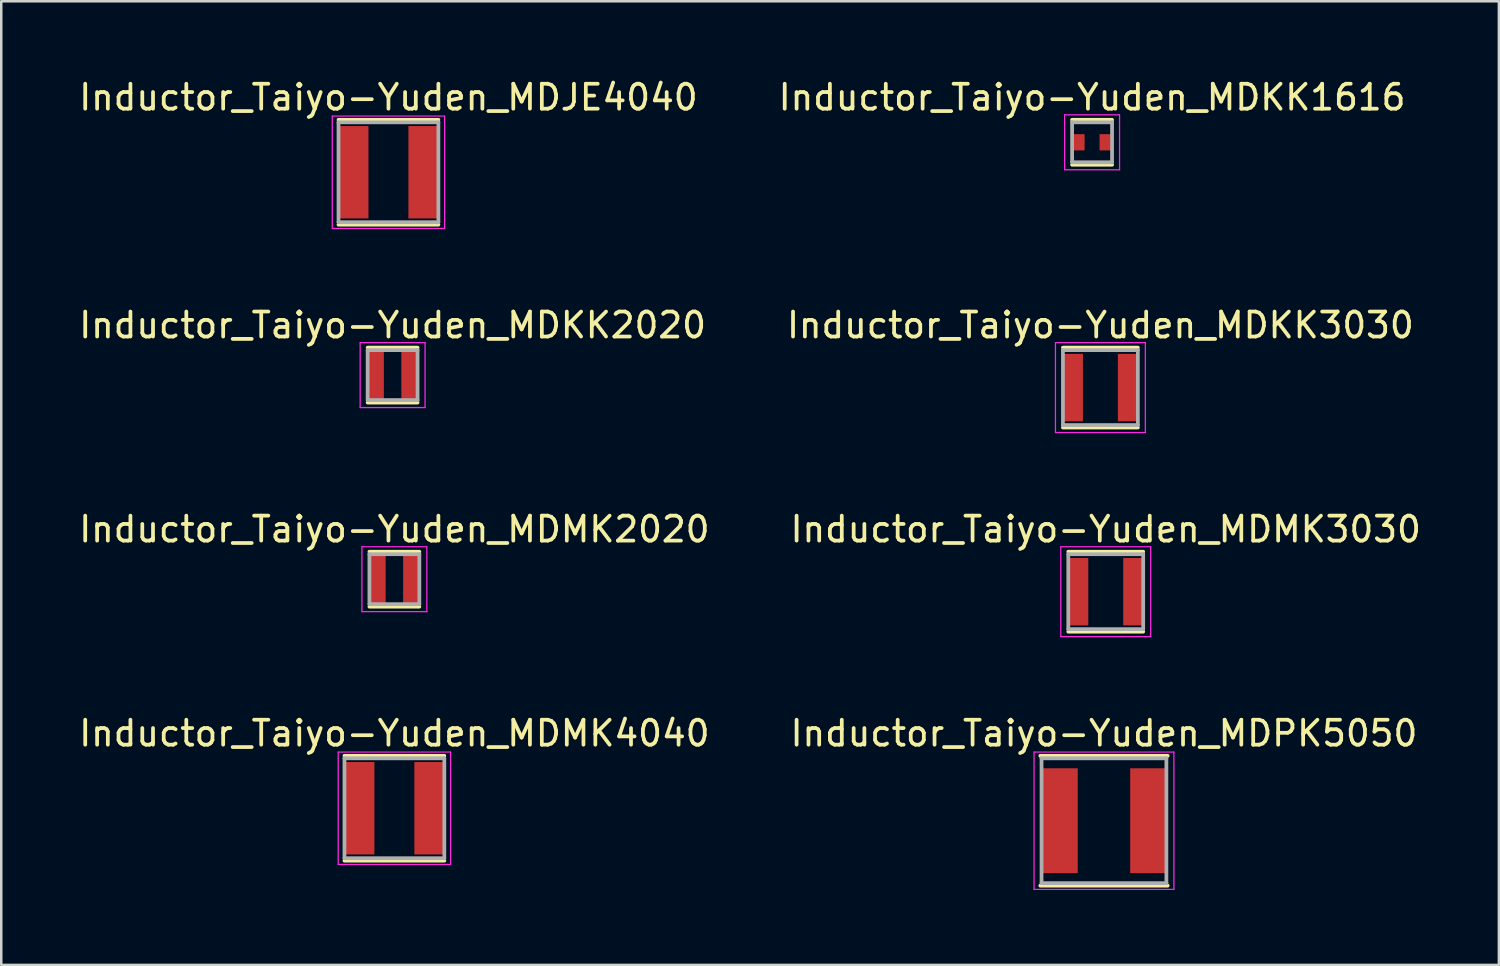
<source format=kicad_pcb>
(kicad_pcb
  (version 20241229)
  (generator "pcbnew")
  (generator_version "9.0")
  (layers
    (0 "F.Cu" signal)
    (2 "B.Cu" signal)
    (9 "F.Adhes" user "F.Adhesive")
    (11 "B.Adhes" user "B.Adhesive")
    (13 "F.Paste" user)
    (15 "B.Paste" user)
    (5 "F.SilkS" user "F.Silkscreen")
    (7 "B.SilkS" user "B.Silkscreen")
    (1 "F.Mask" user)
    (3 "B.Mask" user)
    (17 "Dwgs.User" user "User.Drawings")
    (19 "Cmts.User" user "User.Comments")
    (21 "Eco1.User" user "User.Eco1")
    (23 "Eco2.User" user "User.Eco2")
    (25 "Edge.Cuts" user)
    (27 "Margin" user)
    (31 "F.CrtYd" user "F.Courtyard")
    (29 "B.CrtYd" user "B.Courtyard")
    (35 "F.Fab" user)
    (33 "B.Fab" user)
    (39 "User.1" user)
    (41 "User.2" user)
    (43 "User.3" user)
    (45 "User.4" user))
  (footprint "Inductor_Taiyo-Yuden_MDKK2020"
    (layer "F.Cu")
    (at 12.673 11.972)
    (property "Reference" "Inductor_Taiyo-Yuden_MDKK2020" (at 0 -2 0) (layer "F.SilkS") (effects (font (size 1 1) (thickness 0.15))))
    (attr smd)
    (fp_line (start -1 -1.1) (end 1 -1.1) (stroke (width 0.15) (type solid)) (layer "F.SilkS"))
    (fp_line (start -1 1.1) (end 1 1.1) (stroke (width 0.15) (type solid)) (layer "F.SilkS"))
    (fp_line (start -1.3 -1.3) (end -1.3 1.3) (stroke (width 0.05) (type solid)) (layer "F.CrtYd"))
    (fp_line (start -1.3 1.3) (end 1.3 1.3) (stroke (width 0.05) (type solid)) (layer "F.CrtYd"))
    (fp_line (start 1.3 -1.3) (end -1.3 -1.3) (stroke (width 0.05) (type solid)) (layer "F.CrtYd"))
    (fp_line (start 1.3 1.3) (end 1.3 -1.3) (stroke (width 0.05) (type solid)) (layer "F.CrtYd"))
    (fp_line (start -1 -1) (end -1 1) (stroke (width 0.15) (type solid)) (layer "F.Fab"))
    (fp_line (start -1 1) (end 1 1) (stroke (width 0.15) (type solid)) (layer "F.Fab"))
    (fp_line (start 1 -1) (end -1 -1) (stroke (width 0.15) (type solid)) (layer "F.Fab"))
    (fp_line (start 1 1) (end 1 -1) (stroke (width 0.15) (type solid)) (layer "F.Fab"))
    (pad "1" smd rect (at -0.675 0) (size 0.65 2) (layers "F.Cu" "F.Mask" "F.Paste"))
    (pad "2" smd rect (at 0.675 0) (size 0.65 2) (layers "F.Cu" "F.Mask" "F.Paste")))
  (footprint "Inductor_Taiyo-Yuden_MDMK2020"
    (layer "F.Cu")
    (at 12.744 20.145)
    (property "Reference" "Inductor_Taiyo-Yuden_MDMK2020" (at 0 -2 0) (layer "F.SilkS") (effects (font (size 1 1) (thickness 0.15))))
    (attr smd)
    (fp_line (start -1 -1.1) (end 1 -1.1) (stroke (width 0.15) (type solid)) (layer "F.SilkS"))
    (fp_line (start -1 1.1) (end 1 1.1) (stroke (width 0.15) (type solid)) (layer "F.SilkS"))
    (fp_line (start -1.3 -1.3) (end -1.3 1.3) (stroke (width 0.05) (type solid)) (layer "F.CrtYd"))
    (fp_line (start -1.3 1.3) (end 1.3 1.3) (stroke (width 0.05) (type solid)) (layer "F.CrtYd"))
    (fp_line (start 1.3 -1.3) (end -1.3 -1.3) (stroke (width 0.05) (type solid)) (layer "F.CrtYd"))
    (fp_line (start 1.3 1.3) (end 1.3 -1.3) (stroke (width 0.05) (type solid)) (layer "F.CrtYd"))
    (fp_line (start -1 -1) (end -1 1) (stroke (width 0.15) (type solid)) (layer "F.Fab"))
    (fp_line (start -1 1) (end 1 1) (stroke (width 0.15) (type solid)) (layer "F.Fab"))
    (fp_line (start 1 -1) (end -1 -1) (stroke (width 0.15) (type solid)) (layer "F.Fab"))
    (fp_line (start 1 1) (end 1 -1) (stroke (width 0.15) (type solid)) (layer "F.Fab"))
    (pad "1" smd rect (at -0.675 0) (size 0.65 2) (layers "F.Cu" "F.Mask" "F.Paste"))
    (pad "2" smd rect (at 0.675 0) (size 0.65 2) (layers "F.Cu" "F.Mask" "F.Paste")))
  (footprint "Inductor_Taiyo-Yuden_MDKK3030"
    (layer "F.Cu")
    (at 41.018 12.472)
    (property "Reference" "Inductor_Taiyo-Yuden_MDKK3030" (at 0 -2.5 0) (layer "F.SilkS") (effects (font (size 1 1) (thickness 0.15))))
    (attr smd)
    (fp_line (start -1.5 -1.6) (end 1.5 -1.6) (stroke (width 0.15) (type solid)) (layer "F.SilkS"))
    (fp_line (start -1.5 1.6) (end 1.5 1.6) (stroke (width 0.15) (type solid)) (layer "F.SilkS"))
    (fp_line (start -1.8 -1.8) (end -1.8 1.8) (stroke (width 0.05) (type solid)) (layer "F.CrtYd"))
    (fp_line (start -1.8 1.8) (end 1.8 1.8) (stroke (width 0.05) (type solid)) (layer "F.CrtYd"))
    (fp_line (start 1.8 -1.8) (end -1.8 -1.8) (stroke (width 0.05) (type solid)) (layer "F.CrtYd"))
    (fp_line (start 1.8 1.8) (end 1.8 -1.8) (stroke (width 0.05) (type solid)) (layer "F.CrtYd"))
    (fp_line (start -1.5 -1.5) (end -1.5 1.5) (stroke (width 0.15) (type solid)) (layer "F.Fab"))
    (fp_line (start -1.5 1.5) (end 1.5 1.5) (stroke (width 0.15) (type solid)) (layer "F.Fab"))
    (fp_line (start 1.5 -1.5) (end -1.5 -1.5) (stroke (width 0.15) (type solid)) (layer "F.Fab"))
    (fp_line (start 1.5 1.5) (end 1.5 -1.5) (stroke (width 0.15) (type solid)) (layer "F.Fab"))
    (pad "1" smd rect (at -1.1 0) (size 0.8 2.7) (layers "F.Cu" "F.Mask" "F.Paste"))
    (pad "2" smd rect (at 1.1 0) (size 0.8 2.7) (layers "F.Cu" "F.Mask" "F.Paste")))
  (footprint "Inductor_Taiyo-Yuden_MDJE4040"
    (layer "F.Cu")
    (at 12.506 3.848)
    (property "Reference" "Inductor_Taiyo-Yuden_MDJE4040" (at 0 -3 0) (layer "F.SilkS") (effects (font (size 1 1) (thickness 0.15))))
    (attr smd)
    (fp_line (start -2 -2.1) (end 2 -2.1) (stroke (width 0.15) (type solid)) (layer "F.SilkS"))
    (fp_line (start -2 2.1) (end 2 2.1) (stroke (width 0.15) (type solid)) (layer "F.SilkS"))
    (fp_line (start -2.25 -2.25) (end -2.25 2.25) (stroke (width 0.05) (type solid)) (layer "F.CrtYd"))
    (fp_line (start -2.25 2.25) (end 2.25 2.25) (stroke (width 0.05) (type solid)) (layer "F.CrtYd"))
    (fp_line (start 2.25 -2.25) (end -2.25 -2.25) (stroke (width 0.05) (type solid)) (layer "F.CrtYd"))
    (fp_line (start 2.25 2.25) (end 2.25 -2.25) (stroke (width 0.05) (type solid)) (layer "F.CrtYd"))
    (fp_line (start -2 -2) (end -2 2) (stroke (width 0.15) (type solid)) (layer "F.Fab"))
    (fp_line (start -2 2) (end 2 2) (stroke (width 0.15) (type solid)) (layer "F.Fab"))
    (fp_line (start 2 -2) (end -2 -2) (stroke (width 0.15) (type solid)) (layer "F.Fab"))
    (fp_line (start 2 2) (end 2 -2) (stroke (width 0.15) (type solid)) (layer "F.Fab"))
    (pad "1" smd rect (at -1.4 0) (size 1.2 3.7) (layers "F.Cu" "F.Mask" "F.Paste"))
    (pad "2" smd rect (at 1.4 0) (size 1.2 3.7) (layers "F.Cu" "F.Mask" "F.Paste")))
  (footprint "Inductor_Taiyo-Yuden_MDMK4040"
    (layer "F.Cu")
    (at 12.744 29.318)
    (property "Reference" "Inductor_Taiyo-Yuden_MDMK4040" (at 0 -3 0) (layer "F.SilkS") (effects (font (size 1 1) (thickness 0.15))))
    (attr smd)
    (fp_line (start -2 -2.1) (end 2 -2.1) (stroke (width 0.15) (type solid)) (layer "F.SilkS"))
    (fp_line (start -2 2.1) (end 2 2.1) (stroke (width 0.15) (type solid)) (layer "F.SilkS"))
    (fp_line (start -2.25 -2.25) (end -2.25 2.25) (stroke (width 0.05) (type solid)) (layer "F.CrtYd"))
    (fp_line (start -2.25 2.25) (end 2.25 2.25) (stroke (width 0.05) (type solid)) (layer "F.CrtYd"))
    (fp_line (start 2.25 -2.25) (end -2.25 -2.25) (stroke (width 0.05) (type solid)) (layer "F.CrtYd"))
    (fp_line (start 2.25 2.25) (end 2.25 -2.25) (stroke (width 0.05) (type solid)) (layer "F.CrtYd"))
    (fp_line (start -2 -2) (end -2 2) (stroke (width 0.15) (type solid)) (layer "F.Fab"))
    (fp_line (start -2 2) (end 2 2) (stroke (width 0.15) (type solid)) (layer "F.Fab"))
    (fp_line (start 2 -2) (end -2 -2) (stroke (width 0.15) (type solid)) (layer "F.Fab"))
    (fp_line (start 2 2) (end 2 -2) (stroke (width 0.15) (type solid)) (layer "F.Fab"))
    (pad "1" smd rect (at -1.4 0) (size 1.2 3.7) (layers "F.Cu" "F.Mask" "F.Paste"))
    (pad "2" smd rect (at 1.4 0) (size 1.2 3.7) (layers "F.Cu" "F.Mask" "F.Paste")))
  (footprint "Inductor_Taiyo-Yuden_MDMK3030"
    (layer "F.Cu")
    (at 41.232 20.645)
    (property "Reference" "Inductor_Taiyo-Yuden_MDMK3030" (at 0 -2.5 0) (layer "F.SilkS") (effects (font (size 1 1) (thickness 0.15))))
    (attr smd)
    (fp_line (start -1.5 -1.6) (end 1.5 -1.6) (stroke (width 0.15) (type solid)) (layer "F.SilkS"))
    (fp_line (start -1.5 1.6) (end 1.5 1.6) (stroke (width 0.15) (type solid)) (layer "F.SilkS"))
    (fp_line (start -1.8 -1.8) (end -1.8 1.8) (stroke (width 0.05) (type solid)) (layer "F.CrtYd"))
    (fp_line (start -1.8 1.8) (end 1.8 1.8) (stroke (width 0.05) (type solid)) (layer "F.CrtYd"))
    (fp_line (start 1.8 -1.8) (end -1.8 -1.8) (stroke (width 0.05) (type solid)) (layer "F.CrtYd"))
    (fp_line (start 1.8 1.8) (end 1.8 -1.8) (stroke (width 0.05) (type solid)) (layer "F.CrtYd"))
    (fp_line (start -1.5 -1.5) (end -1.5 1.5) (stroke (width 0.15) (type solid)) (layer "F.Fab"))
    (fp_line (start -1.5 1.5) (end 1.5 1.5) (stroke (width 0.15) (type solid)) (layer "F.Fab"))
    (fp_line (start 1.5 -1.5) (end -1.5 -1.5) (stroke (width 0.15) (type solid)) (layer "F.Fab"))
    (fp_line (start 1.5 1.5) (end 1.5 -1.5) (stroke (width 0.15) (type solid)) (layer "F.Fab"))
    (pad "1" smd rect (at -1.1 0) (size 0.8 2.7) (layers "F.Cu" "F.Mask" "F.Paste"))
    (pad "2" smd rect (at 1.1 0) (size 0.8 2.7) (layers "F.Cu" "F.Mask" "F.Paste")))
  (footprint "Inductor_Taiyo-Yuden_MDPK5050"
    (layer "F.Cu")
    (at 41.161 29.818)
    (property "Reference" "Inductor_Taiyo-Yuden_MDPK5050" (at 0 -3.5 0) (layer "F.SilkS") (effects (font (size 1 1) (thickness 0.15))))
    (attr smd)
    (fp_line (start -2.55 -2.6) (end 2.55 -2.6) (stroke (width 0.15) (type solid)) (layer "F.SilkS"))
    (fp_line (start -2.55 2.6) (end 2.55 2.6) (stroke (width 0.15) (type solid)) (layer "F.SilkS"))
    (fp_line (start -2.8 -2.75) (end -2.8 2.75) (stroke (width 0.05) (type solid)) (layer "F.CrtYd"))
    (fp_line (start -2.8 2.75) (end 2.8 2.75) (stroke (width 0.05) (type solid)) (layer "F.CrtYd"))
    (fp_line (start 2.8 -2.75) (end -2.8 -2.75) (stroke (width 0.05) (type solid)) (layer "F.CrtYd"))
    (fp_line (start 2.8 2.75) (end 2.8 -2.75) (stroke (width 0.05) (type solid)) (layer "F.CrtYd"))
    (fp_line (start -2.5 -2.5) (end -2.5 2.5) (stroke (width 0.15) (type solid)) (layer "F.Fab"))
    (fp_line (start -2.5 2.5) (end 2.5 2.5) (stroke (width 0.15) (type solid)) (layer "F.Fab"))
    (fp_line (start 2.5 -2.5) (end -2.5 -2.5) (stroke (width 0.15) (type solid)) (layer "F.Fab"))
    (fp_line (start 2.5 2.5) (end 2.5 -2.5) (stroke (width 0.15) (type solid)) (layer "F.Fab"))
    (pad "1" smd rect (at -1.8 0) (size 1.5 4.2) (layers "F.Cu" "F.Mask" "F.Paste"))
    (pad "2" smd rect (at 1.8 0) (size 1.5 4.2) (layers "F.Cu" "F.Mask" "F.Paste")))
  (footprint "Inductor_Taiyo-Yuden_MDKK1616"
    (layer "F.Cu")
    (at 40.685 2.648)
    (property "Reference" "Inductor_Taiyo-Yuden_MDKK1616" (at 0 -1.8 0) (layer "F.SilkS") (effects (font (size 1 1) (thickness 0.15))))
    (attr smd)
    (fp_line (start -0.8 -0.9) (end 0.8 -0.9) (stroke (width 0.15) (type solid)) (layer "F.SilkS"))
    (fp_line (start -0.8 0.9) (end 0.8 0.9) (stroke (width 0.15) (type solid)) (layer "F.SilkS"))
    (fp_line (start -1.1 -1.1) (end -1.1 1.1) (stroke (width 0.05) (type solid)) (layer "F.CrtYd"))
    (fp_line (start -1.1 1.1) (end 1.1 1.1) (stroke (width 0.05) (type solid)) (layer "F.CrtYd"))
    (fp_line (start 1.1 -1.1) (end -1.1 -1.1) (stroke (width 0.05) (type solid)) (layer "F.CrtYd"))
    (fp_line (start 1.1 1.1) (end 1.1 -1.1) (stroke (width 0.05) (type solid)) (layer "F.CrtYd"))
    (fp_line (start -0.8 -0.8) (end -0.8 0.8) (stroke (width 0.15) (type solid)) (layer "F.Fab"))
    (fp_line (start -0.8 0.8) (end 0.8 0.8) (stroke (width 0.15) (type solid)) (layer "F.Fab"))
    (fp_line (start 0.8 -0.8) (end -0.8 -0.8) (stroke (width 0.15) (type solid)) (layer "F.Fab"))
    (fp_line (start 0.8 0.8) (end 0.8 -0.8) (stroke (width 0.15) (type solid)) (layer "F.Fab"))
    (pad "1" smd rect (at -0.55 0) (size 0.5 0.65) (layers "F.Cu" "F.Mask" "F.Paste"))
    (pad "2" smd rect (at 0.55 0) (size 0.5 0.65) (layers "F.Cu" "F.Mask" "F.Paste")))
  (gr_rect
    (start -3 -3)
    (end 56.976 35.593)
    (stroke (width 0.1) (type default))
    (fill no)
    (layer "Edge.Cuts")))
</source>
